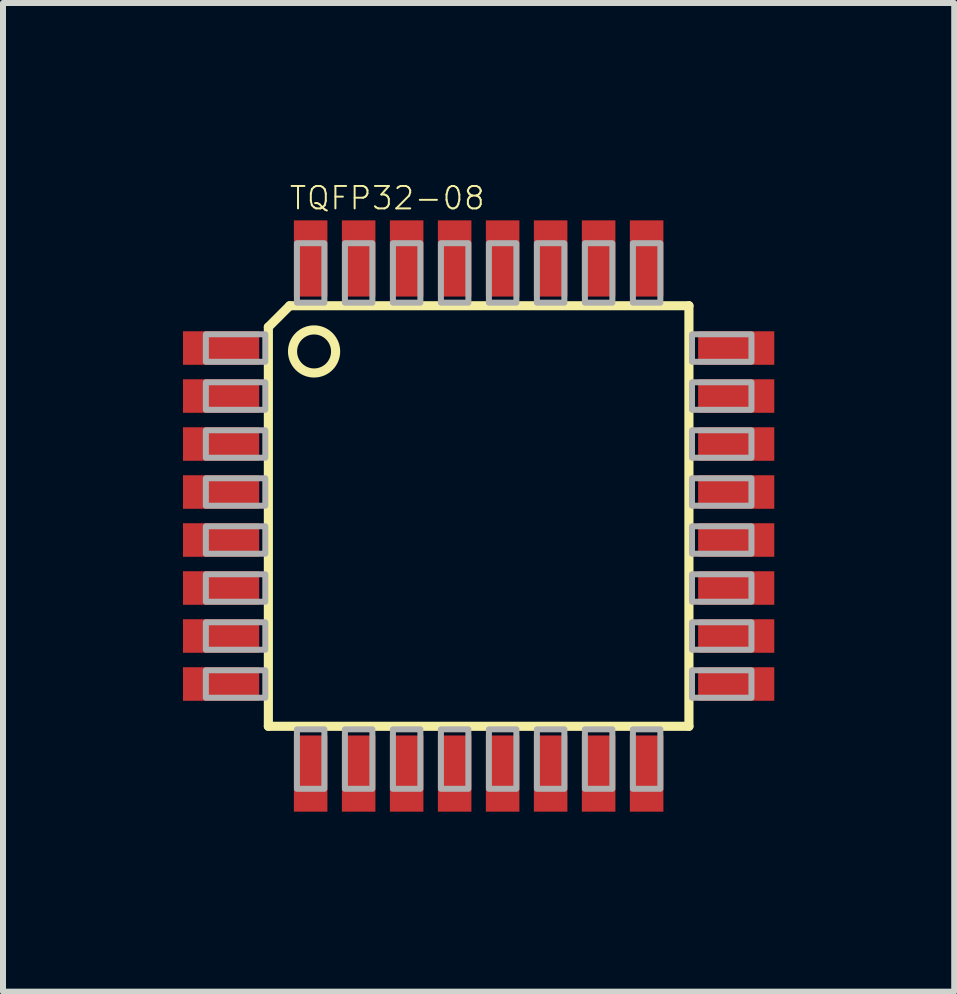
<source format=kicad_pcb>
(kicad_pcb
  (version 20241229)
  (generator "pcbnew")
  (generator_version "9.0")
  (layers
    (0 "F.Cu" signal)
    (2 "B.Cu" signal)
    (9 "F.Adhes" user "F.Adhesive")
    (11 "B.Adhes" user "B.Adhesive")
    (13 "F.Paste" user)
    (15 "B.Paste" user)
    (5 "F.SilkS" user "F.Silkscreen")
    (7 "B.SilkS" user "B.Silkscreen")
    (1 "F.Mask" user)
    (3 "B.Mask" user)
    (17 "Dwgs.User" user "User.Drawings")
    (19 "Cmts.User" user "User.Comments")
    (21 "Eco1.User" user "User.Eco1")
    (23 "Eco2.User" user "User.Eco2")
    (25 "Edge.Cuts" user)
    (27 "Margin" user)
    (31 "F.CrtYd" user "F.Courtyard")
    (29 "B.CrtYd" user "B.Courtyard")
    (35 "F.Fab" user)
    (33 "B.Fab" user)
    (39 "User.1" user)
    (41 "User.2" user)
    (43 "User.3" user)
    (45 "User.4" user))
  (footprint "TQFP32-08"
    (layer "F.Cu")
    (at 4.928 5.551)
    (property "Reference" "TQFP32-08" (at -3.175 -5.08 0) (layer "F.SilkS") (effects (font (size 0.374 0.374) (thickness 0.033)) (justify left bottom)))
    (fp_line (start -3.505 3.505) (end -3.505 -3.15) (stroke (width 0.152) (type solid)) (layer "F.SilkS"))
    (fp_line (start -3.15 -3.505) (end -3.505 -3.15) (stroke (width 0.152) (type solid)) (layer "F.SilkS"))
    (fp_line (start -3.15 -3.505) (end 3.505 -3.505) (stroke (width 0.152) (type solid)) (layer "F.SilkS"))
    (fp_line (start 3.505 -3.505) (end 3.505 3.505) (stroke (width 0.152) (type solid)) (layer "F.SilkS"))
    (fp_line (start 3.505 3.505) (end -3.505 3.505) (stroke (width 0.152) (type solid)) (layer "F.SilkS"))
    (fp_circle (center -2.743 -2.743) (end -2.384 -2.743) (stroke (width 0.152) (type solid)) (fill no) (layer "F.SilkS"))
    (fp_poly (pts (xy -4.547 -2.571) (xy -3.556 -2.571) (xy -3.556 -3.029) (xy -4.547 -3.029)) (stroke (width 0.1) (type solid)) (fill no) (layer "F.Fab"))
    (fp_poly (pts (xy -4.547 -1.771) (xy -3.556 -1.771) (xy -3.556 -2.229) (xy -4.547 -2.229)) (stroke (width 0.1) (type solid)) (fill no) (layer "F.Fab"))
    (fp_poly (pts (xy -4.547 -0.971) (xy -3.556 -0.971) (xy -3.556 -1.429) (xy -4.547 -1.429)) (stroke (width 0.1) (type solid)) (fill no) (layer "F.Fab"))
    (fp_poly (pts (xy -4.547 -0.171) (xy -3.556 -0.171) (xy -3.556 -0.629) (xy -4.547 -0.629)) (stroke (width 0.1) (type solid)) (fill no) (layer "F.Fab"))
    (fp_poly (pts (xy -4.547 0.629) (xy -3.556 0.629) (xy -3.556 0.171) (xy -4.547 0.171)) (stroke (width 0.1) (type solid)) (fill no) (layer "F.Fab"))
    (fp_poly (pts (xy -4.547 1.429) (xy -3.556 1.429) (xy -3.556 0.971) (xy -4.547 0.971)) (stroke (width 0.1) (type solid)) (fill no) (layer "F.Fab"))
    (fp_poly (pts (xy -4.547 2.229) (xy -3.556 2.229) (xy -3.556 1.771) (xy -4.547 1.771)) (stroke (width 0.1) (type solid)) (fill no) (layer "F.Fab"))
    (fp_poly (pts (xy -4.547 3.029) (xy -3.556 3.029) (xy -3.556 2.571) (xy -4.547 2.571)) (stroke (width 0.1) (type solid)) (fill no) (layer "F.Fab"))
    (fp_poly (pts (xy -3.029 -3.556) (xy -2.571 -3.556) (xy -2.571 -4.547) (xy -3.029 -4.547)) (stroke (width 0.1) (type solid)) (fill no) (layer "F.Fab"))
    (fp_poly (pts (xy -3.029 4.547) (xy -2.571 4.547) (xy -2.571 3.556) (xy -3.029 3.556)) (stroke (width 0.1) (type solid)) (fill no) (layer "F.Fab"))
    (fp_poly (pts (xy -2.229 -3.556) (xy -1.771 -3.556) (xy -1.771 -4.547) (xy -2.229 -4.547)) (stroke (width 0.1) (type solid)) (fill no) (layer "F.Fab"))
    (fp_poly (pts (xy -2.229 4.547) (xy -1.771 4.547) (xy -1.771 3.556) (xy -2.229 3.556)) (stroke (width 0.1) (type solid)) (fill no) (layer "F.Fab"))
    (fp_poly (pts (xy -1.429 -3.556) (xy -0.971 -3.556) (xy -0.971 -4.547) (xy -1.429 -4.547)) (stroke (width 0.1) (type solid)) (fill no) (layer "F.Fab"))
    (fp_poly (pts (xy -1.429 4.547) (xy -0.971 4.547) (xy -0.971 3.556) (xy -1.429 3.556)) (stroke (width 0.1) (type solid)) (fill no) (layer "F.Fab"))
    (fp_poly (pts (xy -0.629 -3.556) (xy -0.171 -3.556) (xy -0.171 -4.547) (xy -0.629 -4.547)) (stroke (width 0.1) (type solid)) (fill no) (layer "F.Fab"))
    (fp_poly (pts (xy -0.629 4.547) (xy -0.171 4.547) (xy -0.171 3.556) (xy -0.629 3.556)) (stroke (width 0.1) (type solid)) (fill no) (layer "F.Fab"))
    (fp_poly (pts (xy 0.171 -3.556) (xy 0.629 -3.556) (xy 0.629 -4.547) (xy 0.171 -4.547)) (stroke (width 0.1) (type solid)) (fill no) (layer "F.Fab"))
    (fp_poly (pts (xy 0.171 4.547) (xy 0.629 4.547) (xy 0.629 3.556) (xy 0.171 3.556)) (stroke (width 0.1) (type solid)) (fill no) (layer "F.Fab"))
    (fp_poly (pts (xy 0.971 -3.556) (xy 1.429 -3.556) (xy 1.429 -4.547) (xy 0.971 -4.547)) (stroke (width 0.1) (type solid)) (fill no) (layer "F.Fab"))
    (fp_poly (pts (xy 0.971 4.547) (xy 1.429 4.547) (xy 1.429 3.556) (xy 0.971 3.556)) (stroke (width 0.1) (type solid)) (fill no) (layer "F.Fab"))
    (fp_poly (pts (xy 1.771 -3.556) (xy 2.229 -3.556) (xy 2.229 -4.547) (xy 1.771 -4.547)) (stroke (width 0.1) (type solid)) (fill no) (layer "F.Fab"))
    (fp_poly (pts (xy 1.771 4.547) (xy 2.229 4.547) (xy 2.229 3.556) (xy 1.771 3.556)) (stroke (width 0.1) (type solid)) (fill no) (layer "F.Fab"))
    (fp_poly (pts (xy 2.571 -3.556) (xy 3.029 -3.556) (xy 3.029 -4.547) (xy 2.571 -4.547)) (stroke (width 0.1) (type solid)) (fill no) (layer "F.Fab"))
    (fp_poly (pts (xy 2.571 4.547) (xy 3.029 4.547) (xy 3.029 3.556) (xy 2.571 3.556)) (stroke (width 0.1) (type solid)) (fill no) (layer "F.Fab"))
    (fp_poly (pts (xy 3.556 -2.571) (xy 4.547 -2.571) (xy 4.547 -3.029) (xy 3.556 -3.029)) (stroke (width 0.1) (type solid)) (fill no) (layer "F.Fab"))
    (fp_poly (pts (xy 3.556 -1.771) (xy 4.547 -1.771) (xy 4.547 -2.229) (xy 3.556 -2.229)) (stroke (width 0.1) (type solid)) (fill no) (layer "F.Fab"))
    (fp_poly (pts (xy 3.556 -0.971) (xy 4.547 -0.971) (xy 4.547 -1.429) (xy 3.556 -1.429)) (stroke (width 0.1) (type solid)) (fill no) (layer "F.Fab"))
    (fp_poly (pts (xy 3.556 -0.171) (xy 4.547 -0.171) (xy 4.547 -0.629) (xy 3.556 -0.629)) (stroke (width 0.1) (type solid)) (fill no) (layer "F.Fab"))
    (fp_poly (pts (xy 3.556 0.629) (xy 4.547 0.629) (xy 4.547 0.171) (xy 3.556 0.171)) (stroke (width 0.1) (type solid)) (fill no) (layer "F.Fab"))
    (fp_poly (pts (xy 3.556 1.429) (xy 4.547 1.429) (xy 4.547 0.971) (xy 3.556 0.971)) (stroke (width 0.1) (type solid)) (fill no) (layer "F.Fab"))
    (fp_poly (pts (xy 3.556 2.229) (xy 4.547 2.229) (xy 4.547 1.771) (xy 3.556 1.771)) (stroke (width 0.1) (type solid)) (fill no) (layer "F.Fab"))
    (fp_poly (pts (xy 3.556 3.029) (xy 4.547 3.029) (xy 4.547 2.571) (xy 3.556 2.571)) (stroke (width 0.1) (type solid)) (fill no) (layer "F.Fab"))
    (pad "1" smd rect (at -4.293 -2.8) (size 1.27 0.559) (layers "F.Cu" "F.Mask" "F.Paste"))
    (pad "2" smd rect (at -4.293 -2) (size 1.27 0.559) (layers "F.Cu" "F.Mask" "F.Paste"))
    (pad "3" smd rect (at -4.293 -1.2) (size 1.27 0.559) (layers "F.Cu" "F.Mask" "F.Paste"))
    (pad "4" smd rect (at -4.293 -0.4) (size 1.27 0.559) (layers "F.Cu" "F.Mask" "F.Paste"))
    (pad "5" smd rect (at -4.293 0.4) (size 1.27 0.559) (layers "F.Cu" "F.Mask" "F.Paste"))
    (pad "6" smd rect (at -4.293 1.2) (size 1.27 0.559) (layers "F.Cu" "F.Mask" "F.Paste"))
    (pad "7" smd rect (at -4.293 2) (size 1.27 0.559) (layers "F.Cu" "F.Mask" "F.Paste"))
    (pad "8" smd rect (at -4.293 2.8) (size 1.27 0.559) (layers "F.Cu" "F.Mask" "F.Paste"))
    (pad "9" smd rect (at -2.8 4.293) (size 0.559 1.27) (layers "F.Cu" "F.Mask" "F.Paste"))
    (pad "10" smd rect (at -2 4.293) (size 0.559 1.27) (layers "F.Cu" "F.Mask" "F.Paste"))
    (pad "11" smd rect (at -1.2 4.293) (size 0.559 1.27) (layers "F.Cu" "F.Mask" "F.Paste"))
    (pad "12" smd rect (at -0.4 4.293) (size 0.559 1.27) (layers "F.Cu" "F.Mask" "F.Paste"))
    (pad "13" smd rect (at 0.4 4.293) (size 0.559 1.27) (layers "F.Cu" "F.Mask" "F.Paste"))
    (pad "14" smd rect (at 1.2 4.293) (size 0.559 1.27) (layers "F.Cu" "F.Mask" "F.Paste"))
    (pad "15" smd rect (at 2 4.293) (size 0.559 1.27) (layers "F.Cu" "F.Mask" "F.Paste"))
    (pad "16" smd rect (at 2.8 4.293) (size 0.559 1.27) (layers "F.Cu" "F.Mask" "F.Paste"))
    (pad "17" smd rect (at 4.293 2.8) (size 1.27 0.559) (layers "F.Cu" "F.Mask" "F.Paste"))
    (pad "18" smd rect (at 4.293 2) (size 1.27 0.559) (layers "F.Cu" "F.Mask" "F.Paste"))
    (pad "19" smd rect (at 4.293 1.2) (size 1.27 0.559) (layers "F.Cu" "F.Mask" "F.Paste"))
    (pad "20" smd rect (at 4.293 0.4) (size 1.27 0.559) (layers "F.Cu" "F.Mask" "F.Paste"))
    (pad "21" smd rect (at 4.293 -0.4) (size 1.27 0.559) (layers "F.Cu" "F.Mask" "F.Paste"))
    (pad "22" smd rect (at 4.293 -1.2) (size 1.27 0.559) (layers "F.Cu" "F.Mask" "F.Paste"))
    (pad "23" smd rect (at 4.293 -2) (size 1.27 0.559) (layers "F.Cu" "F.Mask" "F.Paste"))
    (pad "24" smd rect (at 4.293 -2.8) (size 1.27 0.559) (layers "F.Cu" "F.Mask" "F.Paste"))
    (pad "25" smd rect (at 2.8 -4.293) (size 0.559 1.27) (layers "F.Cu" "F.Mask" "F.Paste"))
    (pad "26" smd rect (at 2 -4.293) (size 0.559 1.27) (layers "F.Cu" "F.Mask" "F.Paste"))
    (pad "27" smd rect (at 1.2 -4.293) (size 0.559 1.27) (layers "F.Cu" "F.Mask" "F.Paste"))
    (pad "28" smd rect (at 0.4 -4.293) (size 0.559 1.27) (layers "F.Cu" "F.Mask" "F.Paste"))
    (pad "29" smd rect (at -0.4 -4.293) (size 0.559 1.27) (layers "F.Cu" "F.Mask" "F.Paste"))
    (pad "30" smd rect (at -1.2 -4.293) (size 0.559 1.27) (layers "F.Cu" "F.Mask" "F.Paste"))
    (pad "31" smd rect (at -2 -4.293) (size 0.559 1.27) (layers "F.Cu" "F.Mask" "F.Paste"))
    (pad "32" smd rect (at -2.8 -4.293) (size 0.559 1.27) (layers "F.Cu" "F.Mask" "F.Paste")))
  (gr_rect
    (start -3 -3)
    (end 12.855 13.479)
    (stroke (width 0.1) (type default))
    (fill no)
    (layer "Edge.Cuts")))
</source>
